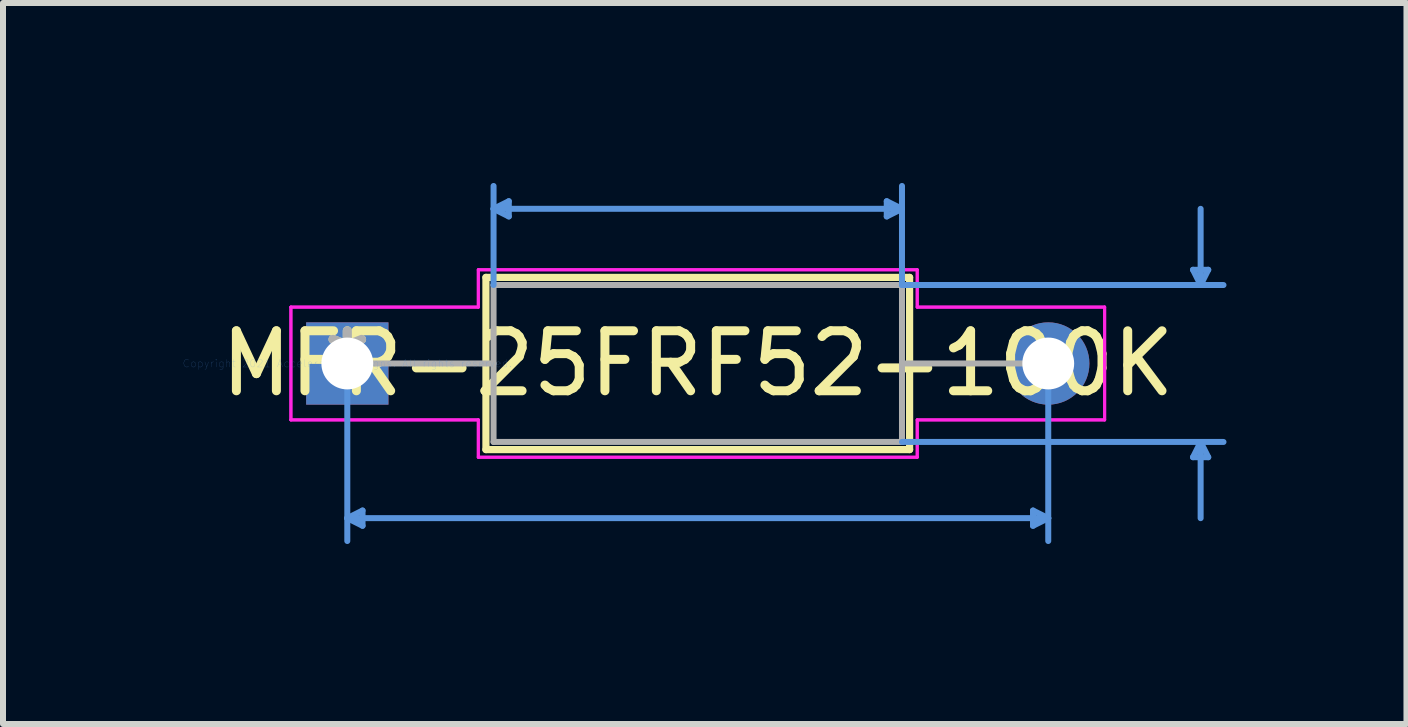
<source format=kicad_pcb>
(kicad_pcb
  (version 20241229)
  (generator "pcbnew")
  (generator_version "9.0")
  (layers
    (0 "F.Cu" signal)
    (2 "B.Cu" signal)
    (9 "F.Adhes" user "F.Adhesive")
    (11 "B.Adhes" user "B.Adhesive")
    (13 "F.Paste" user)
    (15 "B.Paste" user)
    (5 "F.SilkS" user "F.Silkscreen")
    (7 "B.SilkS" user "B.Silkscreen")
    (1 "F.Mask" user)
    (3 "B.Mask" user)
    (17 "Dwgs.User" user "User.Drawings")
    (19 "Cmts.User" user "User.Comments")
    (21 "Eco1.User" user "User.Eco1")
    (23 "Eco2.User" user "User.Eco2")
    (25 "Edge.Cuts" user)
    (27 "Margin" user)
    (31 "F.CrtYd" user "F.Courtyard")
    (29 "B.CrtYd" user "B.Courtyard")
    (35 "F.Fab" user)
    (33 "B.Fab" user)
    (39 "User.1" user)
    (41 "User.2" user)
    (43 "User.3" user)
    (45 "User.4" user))
  (footprint "MFR-25FRF52-100K"
    (layer "F.Cu")
    (at 2.739 3.009)
    (property "Reference" "MFR-25FRF52-100K" (at 5.842 0 0) (layer "F.SilkS") (effects (font (size 1 1) (thickness 0.15))))
    (attr through_hole)
    (fp_line (start 2.311 -1.435) (end 2.311 1.435) (stroke (width 0.12) (type solid)) (layer "F.SilkS"))
    (fp_line (start 2.311 1.435) (end 9.373 1.435) (stroke (width 0.12) (type solid)) (layer "F.SilkS"))
    (fp_line (start 9.373 -1.435) (end 2.311 -1.435) (stroke (width 0.12) (type solid)) (layer "F.SilkS"))
    (fp_line (start 9.373 1.435) (end 9.373 -1.435) (stroke (width 0.12) (type solid)) (layer "F.SilkS"))
    (fp_line (start 0 0) (end 0 2.959) (stroke (width 0.1) (type solid)) (layer "Cmts.User"))
    (fp_line (start 0 2.578) (end 0.254 2.451) (stroke (width 0.1) (type solid)) (layer "Cmts.User"))
    (fp_line (start 0 2.578) (end 0.254 2.705) (stroke (width 0.1) (type solid)) (layer "Cmts.User"))
    (fp_line (start 0 2.578) (end 11.684 2.578) (stroke (width 0.1) (type solid)) (layer "Cmts.User"))
    (fp_line (start 0.254 2.451) (end 0.254 2.705) (stroke (width 0.1) (type solid)) (layer "Cmts.User"))
    (fp_line (start 2.438 -2.578) (end 2.692 -2.705) (stroke (width 0.1) (type solid)) (layer "Cmts.User"))
    (fp_line (start 2.438 -2.578) (end 2.692 -2.451) (stroke (width 0.1) (type solid)) (layer "Cmts.User"))
    (fp_line (start 2.438 -2.578) (end 9.246 -2.578) (stroke (width 0.1) (type solid)) (layer "Cmts.User"))
    (fp_line (start 2.438 -1.308) (end 2.438 -2.959) (stroke (width 0.1) (type solid)) (layer "Cmts.User"))
    (fp_line (start 2.692 -2.705) (end 2.692 -2.451) (stroke (width 0.1) (type solid)) (layer "Cmts.User"))
    (fp_line (start 8.992 -2.705) (end 8.992 -2.451) (stroke (width 0.1) (type solid)) (layer "Cmts.User"))
    (fp_line (start 9.246 -2.578) (end 8.992 -2.705) (stroke (width 0.1) (type solid)) (layer "Cmts.User"))
    (fp_line (start 9.246 -2.578) (end 8.992 -2.451) (stroke (width 0.1) (type solid)) (layer "Cmts.User"))
    (fp_line (start 9.246 -1.308) (end 9.246 -2.959) (stroke (width 0.1) (type solid)) (layer "Cmts.User"))
    (fp_line (start 9.246 -1.308) (end 14.605 -1.308) (stroke (width 0.1) (type solid)) (layer "Cmts.User"))
    (fp_line (start 9.246 1.308) (end 14.605 1.308) (stroke (width 0.1) (type solid)) (layer "Cmts.User"))
    (fp_line (start 11.43 2.451) (end 11.43 2.705) (stroke (width 0.1) (type solid)) (layer "Cmts.User"))
    (fp_line (start 11.684 0) (end 11.684 2.959) (stroke (width 0.1) (type solid)) (layer "Cmts.User"))
    (fp_line (start 11.684 2.578) (end 11.43 2.451) (stroke (width 0.1) (type solid)) (layer "Cmts.User"))
    (fp_line (start 11.684 2.578) (end 11.43 2.705) (stroke (width 0.1) (type solid)) (layer "Cmts.User"))
    (fp_line (start 14.097 -1.562) (end 14.351 -1.562) (stroke (width 0.1) (type solid)) (layer "Cmts.User"))
    (fp_line (start 14.097 1.562) (end 14.351 1.562) (stroke (width 0.1) (type solid)) (layer "Cmts.User"))
    (fp_line (start 14.224 -1.308) (end 14.097 -1.562) (stroke (width 0.1) (type solid)) (layer "Cmts.User"))
    (fp_line (start 14.224 -1.308) (end 14.224 -2.578) (stroke (width 0.1) (type solid)) (layer "Cmts.User"))
    (fp_line (start 14.224 -1.308) (end 14.351 -1.562) (stroke (width 0.1) (type solid)) (layer "Cmts.User"))
    (fp_line (start 14.224 1.308) (end 14.097 1.562) (stroke (width 0.1) (type solid)) (layer "Cmts.User"))
    (fp_line (start 14.224 1.308) (end 14.224 2.578) (stroke (width 0.1) (type solid)) (layer "Cmts.User"))
    (fp_line (start 14.224 1.308) (end 14.351 1.562) (stroke (width 0.1) (type solid)) (layer "Cmts.User"))
    (fp_line (start -0.94 -0.94) (end 2.184 -0.94) (stroke (width 0.05) (type solid)) (layer "F.CrtYd"))
    (fp_line (start -0.94 -0.94) (end 2.184 -0.94) (stroke (width 0.05) (type solid)) (layer "F.CrtYd"))
    (fp_line (start -0.94 0.94) (end -0.94 -0.94) (stroke (width 0.05) (type solid)) (layer "F.CrtYd"))
    (fp_line (start -0.94 0.94) (end -0.94 -0.94) (stroke (width 0.05) (type solid)) (layer "F.CrtYd"))
    (fp_line (start 2.184 -1.562) (end 9.5 -1.562) (stroke (width 0.05) (type solid)) (layer "F.CrtYd"))
    (fp_line (start 2.184 -1.562) (end 9.5 -1.562) (stroke (width 0.05) (type solid)) (layer "F.CrtYd"))
    (fp_line (start 2.184 -0.94) (end 2.184 -1.562) (stroke (width 0.05) (type solid)) (layer "F.CrtYd"))
    (fp_line (start 2.184 -0.94) (end 2.184 -1.562) (stroke (width 0.05) (type solid)) (layer "F.CrtYd"))
    (fp_line (start 2.184 0.94) (end -0.94 0.94) (stroke (width 0.05) (type solid)) (layer "F.CrtYd"))
    (fp_line (start 2.184 0.94) (end -0.94 0.94) (stroke (width 0.05) (type solid)) (layer "F.CrtYd"))
    (fp_line (start 2.184 1.562) (end 2.184 0.94) (stroke (width 0.05) (type solid)) (layer "F.CrtYd"))
    (fp_line (start 2.184 1.562) (end 2.184 0.94) (stroke (width 0.05) (type solid)) (layer "F.CrtYd"))
    (fp_line (start 9.5 -1.562) (end 9.5 -0.94) (stroke (width 0.05) (type solid)) (layer "F.CrtYd"))
    (fp_line (start 9.5 -1.562) (end 9.5 -0.94) (stroke (width 0.05) (type solid)) (layer "F.CrtYd"))
    (fp_line (start 9.5 -0.94) (end 12.624 -0.94) (stroke (width 0.05) (type solid)) (layer "F.CrtYd"))
    (fp_line (start 9.5 -0.94) (end 12.624 -0.94) (stroke (width 0.05) (type solid)) (layer "F.CrtYd"))
    (fp_line (start 9.5 0.94) (end 9.5 1.562) (stroke (width 0.05) (type solid)) (layer "F.CrtYd"))
    (fp_line (start 9.5 0.94) (end 9.5 1.562) (stroke (width 0.05) (type solid)) (layer "F.CrtYd"))
    (fp_line (start 9.5 1.562) (end 2.184 1.562) (stroke (width 0.05) (type solid)) (layer "F.CrtYd"))
    (fp_line (start 9.5 1.562) (end 2.184 1.562) (stroke (width 0.05) (type solid)) (layer "F.CrtYd"))
    (fp_line (start 12.624 -0.94) (end 12.624 0.94) (stroke (width 0.05) (type solid)) (layer "F.CrtYd"))
    (fp_line (start 12.624 -0.94) (end 12.624 0.94) (stroke (width 0.05) (type solid)) (layer "F.CrtYd"))
    (fp_line (start 12.624 0.94) (end 9.5 0.94) (stroke (width 0.05) (type solid)) (layer "F.CrtYd"))
    (fp_line (start 12.624 0.94) (end 9.5 0.94) (stroke (width 0.05) (type solid)) (layer "F.CrtYd"))
    (fp_line (start 0 0) (end 2.438 0) (stroke (width 0.1) (type solid)) (layer "F.Fab"))
    (fp_line (start 2.438 -1.308) (end 2.438 1.308) (stroke (width 0.1) (type solid)) (layer "F.Fab"))
    (fp_line (start 2.438 1.308) (end 9.246 1.308) (stroke (width 0.1) (type solid)) (layer "F.Fab"))
    (fp_line (start 9.246 -1.308) (end 2.438 -1.308) (stroke (width 0.1) (type solid)) (layer "F.Fab"))
    (fp_line (start 9.246 1.308) (end 9.246 -1.308) (stroke (width 0.1) (type solid)) (layer "F.Fab"))
    (fp_line (start 11.684 0) (end 9.246 0) (stroke (width 0.1) (type solid)) (layer "F.Fab"))
    (fp_text user "*" (at 0 0 0) (layer "F.SilkS") (effects (font (size 1 1) (thickness 0.15))))
    (fp_text user "Copyright 2021 Accelerated Designs. All rights reserved." (at 0 0 0) (layer "Cmts.User") (effects (font (size 0.127 0.127) (thickness 0.002))))
    (fp_text user "*" (at 0 0 0) (layer "F.Fab") (effects (font (size 1 1) (thickness 0.15))))
    (pad "1" thru_hole rect (at 0 0) (size 1.372 1.372) (drill 0.864) (layers "*.Cu" "*.Mask"))
    (pad "2" thru_hole circle (at 11.684 0) (size 1.372 1.372) (drill 0.864) (layers "*.Cu" "*.Mask")))
  (gr_rect
    (start -3 -3)
    (end 20.394 9.018)
    (stroke (width 0.1) (type default))
    (fill no)
    (layer "Edge.Cuts")))
</source>
